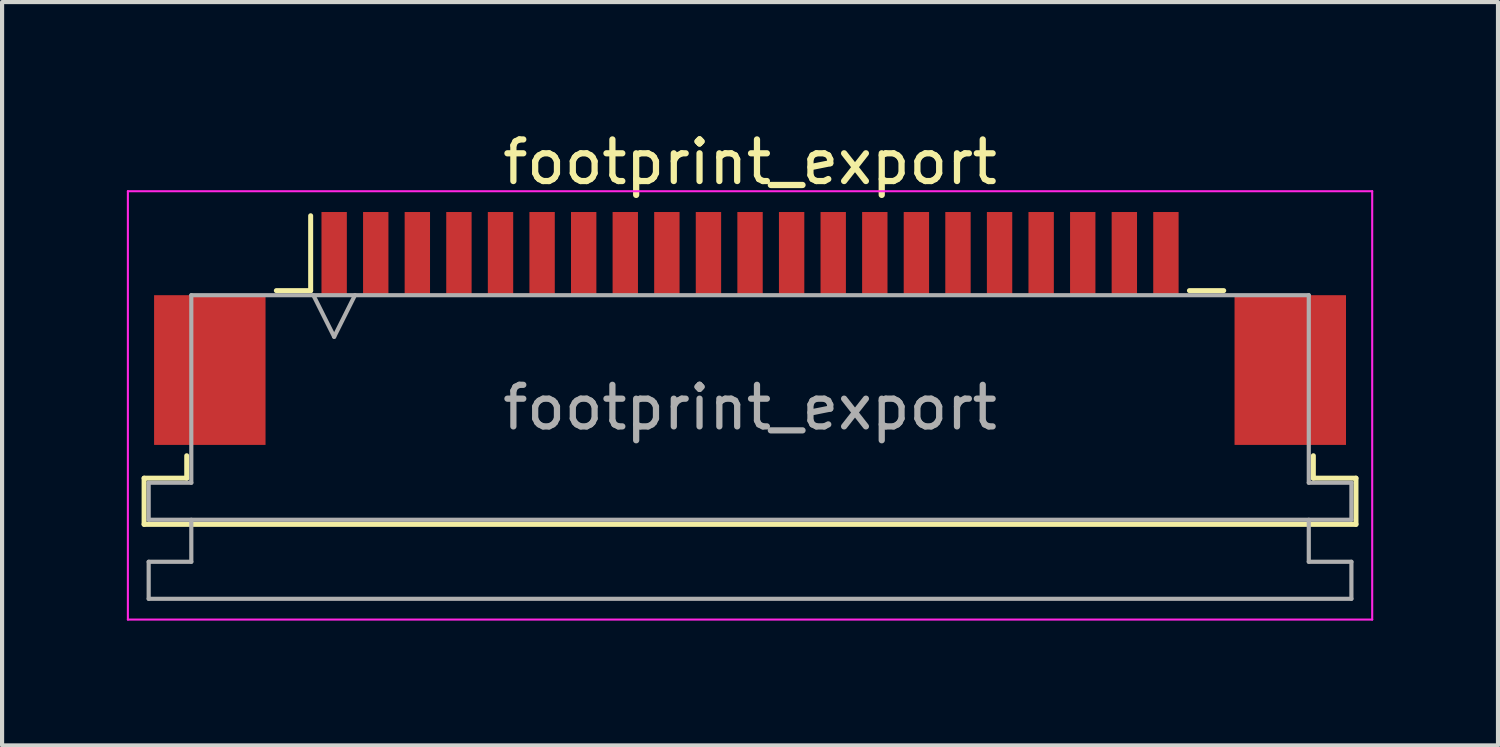
<source format=kicad_pcb>
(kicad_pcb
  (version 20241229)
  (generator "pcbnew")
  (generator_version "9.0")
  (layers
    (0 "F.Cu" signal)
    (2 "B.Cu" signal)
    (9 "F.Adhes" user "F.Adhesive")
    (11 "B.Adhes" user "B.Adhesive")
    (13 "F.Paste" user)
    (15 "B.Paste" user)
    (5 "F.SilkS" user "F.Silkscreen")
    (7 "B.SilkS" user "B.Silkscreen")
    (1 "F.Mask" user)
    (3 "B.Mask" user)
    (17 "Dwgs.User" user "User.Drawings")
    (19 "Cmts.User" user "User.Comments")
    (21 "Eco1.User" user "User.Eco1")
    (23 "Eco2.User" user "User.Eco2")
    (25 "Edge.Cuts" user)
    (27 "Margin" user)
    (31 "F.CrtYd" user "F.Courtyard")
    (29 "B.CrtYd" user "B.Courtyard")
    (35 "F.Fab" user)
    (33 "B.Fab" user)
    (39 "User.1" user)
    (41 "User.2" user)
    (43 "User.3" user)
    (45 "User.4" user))
  (footprint "footprint_export"
    (layer "F.Cu")
    (at 14.985 4.848)
    (property "Reference" "footprint_export" (at 0 -4 0) (layer "F.SilkS") (effects (font (size 1 1) (thickness 0.15))))
    (attr smd)
    (fp_line (start -14.57 3.6) (end -13.545 3.6) (stroke (width 0.12) (type solid)) (layer "F.SilkS"))
    (fp_line (start -14.57 4.71) (end -14.57 3.6) (stroke (width 0.12) (type solid)) (layer "F.SilkS"))
    (fp_line (start -13.545 3.6) (end -13.545 3.06) (stroke (width 0.12) (type solid)) (layer "F.SilkS"))
    (fp_line (start -11.39 -0.91) (end -10.565 -0.91) (stroke (width 0.12) (type solid)) (layer "F.SilkS"))
    (fp_line (start -10.565 -0.91) (end -10.565 -2.71) (stroke (width 0.12) (type solid)) (layer "F.SilkS"))
    (fp_line (start 10.565 -0.91) (end 11.39 -0.91) (stroke (width 0.12) (type solid)) (layer "F.SilkS"))
    (fp_line (start 13.545 3.06) (end 13.545 3.6) (stroke (width 0.12) (type solid)) (layer "F.SilkS"))
    (fp_line (start 13.545 3.6) (end 14.57 3.6) (stroke (width 0.12) (type solid)) (layer "F.SilkS"))
    (fp_line (start 14.57 3.6) (end 14.57 4.71) (stroke (width 0.12) (type solid)) (layer "F.SilkS"))
    (fp_line (start 14.57 4.71) (end -14.57 4.71) (stroke (width 0.12) (type solid)) (layer "F.SilkS"))
    (fp_line (start -14.96 -3.3) (end -14.96 7) (stroke (width 0.05) (type solid)) (layer "F.CrtYd"))
    (fp_line (start -14.96 7) (end 14.96 7) (stroke (width 0.05) (type solid)) (layer "F.CrtYd"))
    (fp_line (start 14.96 -3.3) (end -14.96 -3.3) (stroke (width 0.05) (type solid)) (layer "F.CrtYd"))
    (fp_line (start 14.96 7) (end 14.96 -3.3) (stroke (width 0.05) (type solid)) (layer "F.CrtYd"))
    (fp_line (start -14.46 3.71) (end -13.435 3.71) (stroke (width 0.1) (type solid)) (layer "F.Fab"))
    (fp_line (start -14.46 4.6) (end -14.46 3.71) (stroke (width 0.1) (type solid)) (layer "F.Fab"))
    (fp_line (start -14.46 5.61) (end -13.435 5.61) (stroke (width 0.1) (type solid)) (layer "F.Fab"))
    (fp_line (start -14.46 6.5) (end -14.46 5.61) (stroke (width 0.1) (type solid)) (layer "F.Fab"))
    (fp_line (start -13.435 -0.8) (end 13.435 -0.8) (stroke (width 0.1) (type solid)) (layer "F.Fab"))
    (fp_line (start -13.435 3.71) (end -13.435 -0.8) (stroke (width 0.1) (type solid)) (layer "F.Fab"))
    (fp_line (start -13.435 5.61) (end -13.435 4.6) (stroke (width 0.1) (type solid)) (layer "F.Fab"))
    (fp_line (start -10.5 -0.8) (end -10 0.2) (stroke (width 0.1) (type solid)) (layer "F.Fab"))
    (fp_line (start -10 0.2) (end -9.5 -0.8) (stroke (width 0.1) (type solid)) (layer "F.Fab"))
    (fp_line (start 13.435 -0.8) (end 13.435 3.71) (stroke (width 0.1) (type solid)) (layer "F.Fab"))
    (fp_line (start 13.435 3.71) (end 14.46 3.71) (stroke (width 0.1) (type solid)) (layer "F.Fab"))
    (fp_line (start 13.435 4.6) (end 13.435 5.61) (stroke (width 0.1) (type solid)) (layer "F.Fab"))
    (fp_line (start 13.435 5.61) (end 14.46 5.61) (stroke (width 0.1) (type solid)) (layer "F.Fab"))
    (fp_line (start 14.46 3.71) (end 14.46 4.6) (stroke (width 0.1) (type solid)) (layer "F.Fab"))
    (fp_line (start 14.46 4.6) (end -14.46 4.6) (stroke (width 0.1) (type solid)) (layer "F.Fab"))
    (fp_line (start 14.46 5.61) (end 14.46 6.5) (stroke (width 0.1) (type solid)) (layer "F.Fab"))
    (fp_line (start 14.46 6.5) (end -14.46 6.5) (stroke (width 0.1) (type solid)) (layer "F.Fab"))
    (fp_text user "${REFERENCE}" (at 0 1.9 0) (layer "F.Fab") (effects (font (size 1 1) (thickness 0.15))))
    (pad "1" smd rect (at -10 -1.8) (size 0.61 2) (layers "F.Cu" "F.Mask" "F.Paste"))
    (pad "2" smd rect (at -9 -1.8) (size 0.61 2) (layers "F.Cu" "F.Mask" "F.Paste"))
    (pad "3" smd rect (at -8 -1.8) (size 0.61 2) (layers "F.Cu" "F.Mask" "F.Paste"))
    (pad "4" smd rect (at -7 -1.8) (size 0.61 2) (layers "F.Cu" "F.Mask" "F.Paste"))
    (pad "5" smd rect (at -6 -1.8) (size 0.61 2) (layers "F.Cu" "F.Mask" "F.Paste"))
    (pad "6" smd rect (at -5 -1.8) (size 0.61 2) (layers "F.Cu" "F.Mask" "F.Paste"))
    (pad "7" smd rect (at -4 -1.8) (size 0.61 2) (layers "F.Cu" "F.Mask" "F.Paste"))
    (pad "8" smd rect (at -3 -1.8) (size 0.61 2) (layers "F.Cu" "F.Mask" "F.Paste"))
    (pad "9" smd rect (at -2 -1.8) (size 0.61 2) (layers "F.Cu" "F.Mask" "F.Paste"))
    (pad "10" smd rect (at -1 -1.8) (size 0.61 2) (layers "F.Cu" "F.Mask" "F.Paste"))
    (pad "11" smd rect (at 0 -1.8) (size 0.61 2) (layers "F.Cu" "F.Mask" "F.Paste"))
    (pad "12" smd rect (at 1 -1.8) (size 0.61 2) (layers "F.Cu" "F.Mask" "F.Paste"))
    (pad "13" smd rect (at 2 -1.8) (size 0.61 2) (layers "F.Cu" "F.Mask" "F.Paste"))
    (pad "14" smd rect (at 3 -1.8) (size 0.61 2) (layers "F.Cu" "F.Mask" "F.Paste"))
    (pad "15" smd rect (at 4 -1.8) (size 0.61 2) (layers "F.Cu" "F.Mask" "F.Paste"))
    (pad "16" smd rect (at 5 -1.8) (size 0.61 2) (layers "F.Cu" "F.Mask" "F.Paste"))
    (pad "17" smd rect (at 6 -1.8) (size 0.61 2) (layers "F.Cu" "F.Mask" "F.Paste"))
    (pad "18" smd rect (at 7 -1.8) (size 0.61 2) (layers "F.Cu" "F.Mask" "F.Paste"))
    (pad "19" smd rect (at 8 -1.8) (size 0.61 2) (layers "F.Cu" "F.Mask" "F.Paste"))
    (pad "20" smd rect (at 9 -1.8) (size 0.61 2) (layers "F.Cu" "F.Mask" "F.Paste"))
    (pad "21" smd rect (at 10 -1.8) (size 0.61 2) (layers "F.Cu" "F.Mask" "F.Paste"))
    (pad "MP" smd rect (at -12.99 1) (size 2.68 3.6) (layers "F.Cu" "F.Mask" "F.Paste"))
    (pad "MP" smd rect (at 12.99 1) (size 2.68 3.6) (layers "F.Cu" "F.Mask" "F.Paste")))
  (gr_rect
    (start -3 -3)
    (end 32.97 14.873)
    (stroke (width 0.1) (type default))
    (fill no)
    (layer "Edge.Cuts")))
</source>
